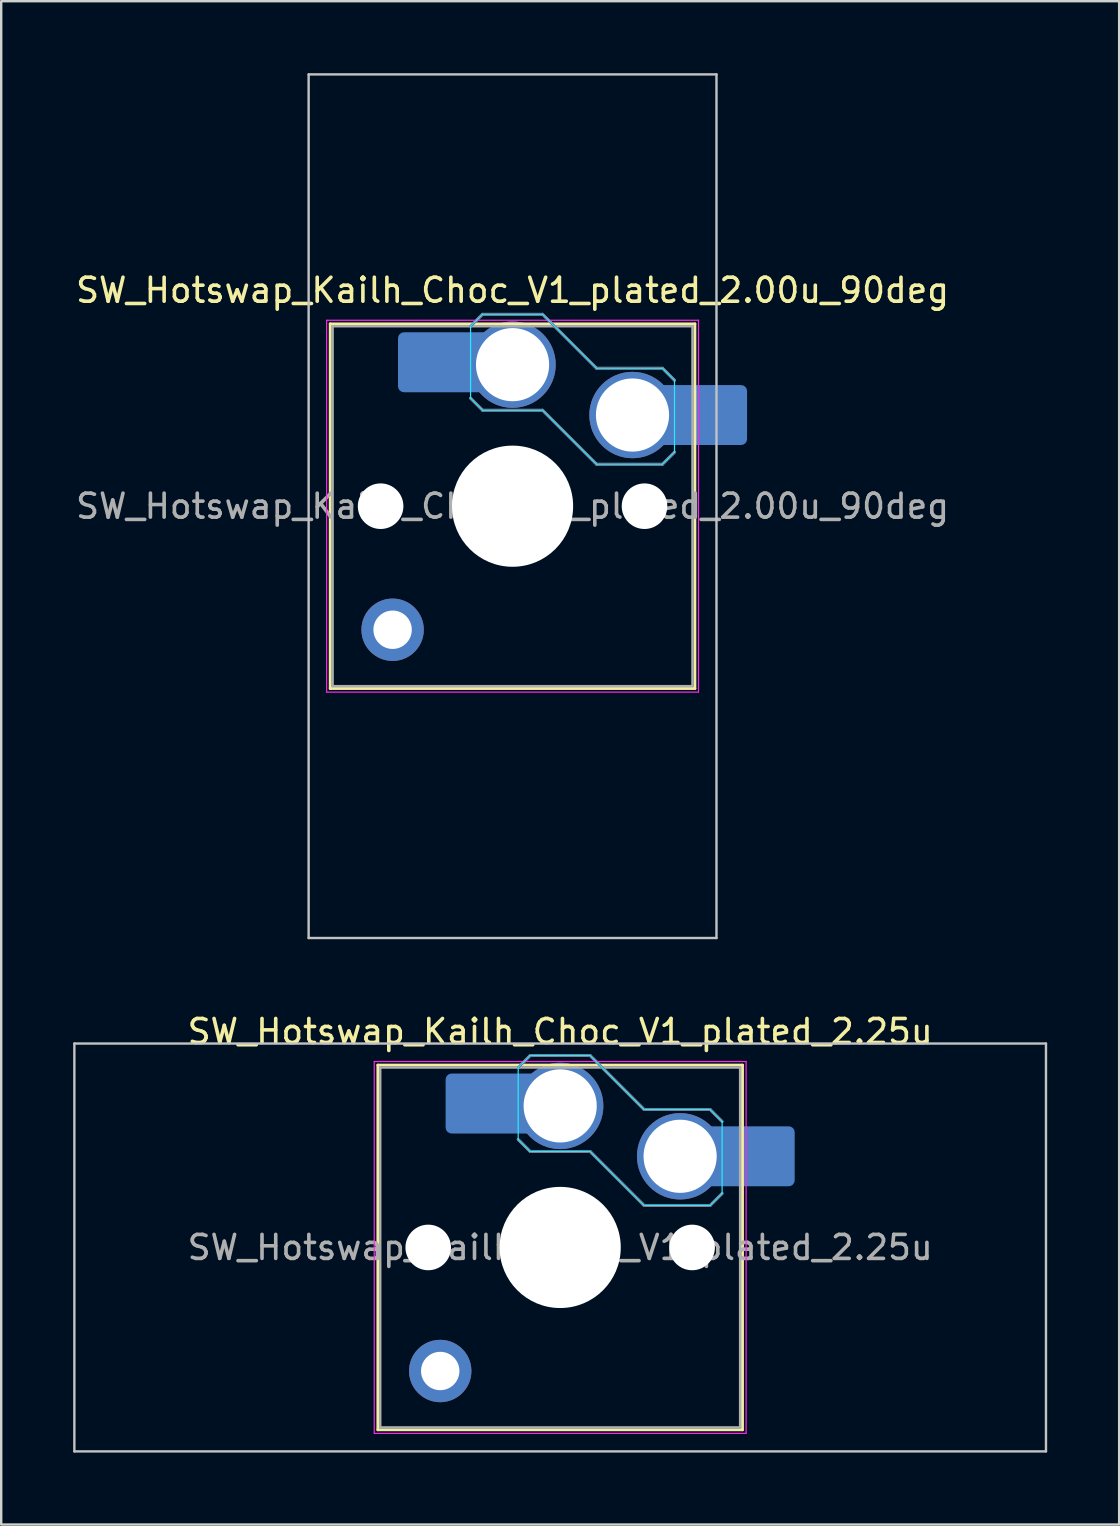
<source format=kicad_pcb>
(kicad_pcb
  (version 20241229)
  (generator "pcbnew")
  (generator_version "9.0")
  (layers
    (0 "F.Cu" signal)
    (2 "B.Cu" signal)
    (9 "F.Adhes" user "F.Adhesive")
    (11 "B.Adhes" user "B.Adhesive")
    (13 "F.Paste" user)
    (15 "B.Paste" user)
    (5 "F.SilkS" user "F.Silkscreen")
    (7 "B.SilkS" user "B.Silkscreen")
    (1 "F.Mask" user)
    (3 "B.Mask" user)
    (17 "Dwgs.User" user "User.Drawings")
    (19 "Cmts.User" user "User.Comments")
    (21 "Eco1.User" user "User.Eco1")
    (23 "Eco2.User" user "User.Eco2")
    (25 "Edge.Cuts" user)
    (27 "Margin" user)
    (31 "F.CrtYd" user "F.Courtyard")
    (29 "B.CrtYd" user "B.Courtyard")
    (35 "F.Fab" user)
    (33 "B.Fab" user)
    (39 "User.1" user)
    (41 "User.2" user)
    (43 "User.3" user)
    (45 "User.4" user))
  (footprint "SW_Hotswap_Kailh_Choc_V1_plated_2.00u_90deg"
    (layer "F.Cu")
    (at 18.315 18.05)
    (property "Reference" "SW_Hotswap_Kailh_Choc_V1_plated_2.00u_90deg" (at 0 -9 0) (layer "F.SilkS") (effects (font (size 1 1) (thickness 0.15))))
    (attr smd)
    (fp_line (start -7.6 -7.6) (end -7.6 7.6) (stroke (width 0.12) (type solid)) (layer "F.SilkS"))
    (fp_line (start -7.6 7.6) (end 7.6 7.6) (stroke (width 0.12) (type solid)) (layer "F.SilkS"))
    (fp_line (start 7.6 -7.6) (end -7.6 -7.6) (stroke (width 0.12) (type solid)) (layer "F.SilkS"))
    (fp_line (start 7.6 7.6) (end 7.6 -7.6) (stroke (width 0.12) (type solid)) (layer "F.SilkS"))
    (fp_line (start -1.75 -7.5) (end -1.25 -8) (stroke (width 0.12) (type solid)) (layer "B.SilkS"))
    (fp_line (start -1.25 -8) (end 1.25 -8) (stroke (width 0.12) (type solid)) (layer "B.SilkS"))
    (fp_line (start -1.25 -4) (end -1.75 -4.5) (stroke (width 0.12) (type solid)) (layer "B.SilkS"))
    (fp_line (start 1.25 -8) (end 3.5 -5.75) (stroke (width 0.12) (type solid)) (layer "B.SilkS"))
    (fp_line (start 1.25 -4) (end -1.25 -4) (stroke (width 0.12) (type solid)) (layer "B.SilkS"))
    (fp_line (start 3.5 -5.75) (end 6.25 -5.75) (stroke (width 0.12) (type solid)) (layer "B.SilkS"))
    (fp_line (start 3.5 -1.75) (end 1.25 -4) (stroke (width 0.12) (type solid)) (layer "B.SilkS"))
    (fp_line (start 6.25 -5.75) (end 6.75 -5.25) (stroke (width 0.12) (type solid)) (layer "B.SilkS"))
    (fp_line (start 6.25 -1.75) (end 3.5 -1.75) (stroke (width 0.12) (type solid)) (layer "B.SilkS"))
    (fp_line (start 6.75 -2.25) (end 6.25 -1.75) (stroke (width 0.12) (type solid)) (layer "B.SilkS"))
    (fp_line (start -8.5 -18) (end 8.5 -18) (stroke (width 0.1) (type solid)) (layer "Dwgs.User"))
    (fp_line (start -8.5 18) (end -8.5 -18) (stroke (width 0.1) (type solid)) (layer "Dwgs.User"))
    (fp_line (start 8.5 -18) (end 8.5 18) (stroke (width 0.1) (type solid)) (layer "Dwgs.User"))
    (fp_line (start 8.5 18) (end -8.5 18) (stroke (width 0.1) (type solid)) (layer "Dwgs.User"))
    (fp_line (start -7.25 -7.25) (end -7.25 7.25) (stroke (width 0.1) (type solid)) (layer "Eco1.User"))
    (fp_line (start -7.25 7.25) (end 7.25 7.25) (stroke (width 0.1) (type solid)) (layer "Eco1.User"))
    (fp_line (start 7.25 -7.25) (end -7.25 -7.25) (stroke (width 0.1) (type solid)) (layer "Eco1.User"))
    (fp_line (start 7.25 7.25) (end 7.25 -7.25) (stroke (width 0.1) (type solid)) (layer "Eco1.User"))
    (fp_line (start -1.75 -7.5) (end -1.25 -8) (stroke (width 0.05) (type solid)) (layer "B.CrtYd"))
    (fp_line (start -1.75 -4.5) (end -1.75 -7.5) (stroke (width 0.05) (type solid)) (layer "B.CrtYd"))
    (fp_line (start -1.25 -8) (end 1.25 -8) (stroke (width 0.05) (type solid)) (layer "B.CrtYd"))
    (fp_line (start -1.25 -4) (end -1.75 -4.5) (stroke (width 0.05) (type solid)) (layer "B.CrtYd"))
    (fp_line (start 1.25 -8) (end 3.5 -5.75) (stroke (width 0.05) (type solid)) (layer "B.CrtYd"))
    (fp_line (start 1.25 -4) (end -1.25 -4) (stroke (width 0.05) (type solid)) (layer "B.CrtYd"))
    (fp_line (start 3.5 -5.75) (end 6.25 -5.75) (stroke (width 0.05) (type solid)) (layer "B.CrtYd"))
    (fp_line (start 3.5 -1.75) (end 1.25 -4) (stroke (width 0.05) (type solid)) (layer "B.CrtYd"))
    (fp_line (start 6.25 -5.75) (end 6.75 -5.25) (stroke (width 0.05) (type solid)) (layer "B.CrtYd"))
    (fp_line (start 6.25 -1.75) (end 3.5 -1.75) (stroke (width 0.05) (type solid)) (layer "B.CrtYd"))
    (fp_line (start 6.75 -5.25) (end 6.75 -2.25) (stroke (width 0.05) (type solid)) (layer "B.CrtYd"))
    (fp_line (start 6.75 -2.25) (end 6.25 -1.75) (stroke (width 0.05) (type solid)) (layer "B.CrtYd"))
    (fp_line (start -7.75 -7.75) (end -7.75 7.75) (stroke (width 0.05) (type solid)) (layer "F.CrtYd"))
    (fp_line (start -7.75 7.75) (end 7.75 7.75) (stroke (width 0.05) (type solid)) (layer "F.CrtYd"))
    (fp_line (start 7.75 -7.75) (end -7.75 -7.75) (stroke (width 0.05) (type solid)) (layer "F.CrtYd"))
    (fp_line (start 7.75 7.75) (end 7.75 -7.75) (stroke (width 0.05) (type solid)) (layer "F.CrtYd"))
    (fp_line (start -1.75 -7.5) (end -1.25 -8) (stroke (width 0.1) (type solid)) (layer "B.Fab"))
    (fp_line (start -1.25 -8) (end 1.25 -8) (stroke (width 0.1) (type solid)) (layer "B.Fab"))
    (fp_line (start -1.25 -4) (end -1.75 -4.5) (stroke (width 0.1) (type solid)) (layer "B.Fab"))
    (fp_line (start 1.25 -8) (end 3.5 -5.75) (stroke (width 0.1) (type solid)) (layer "B.Fab"))
    (fp_line (start 1.25 -4) (end -1.25 -4) (stroke (width 0.1) (type solid)) (layer "B.Fab"))
    (fp_line (start 3.5 -5.75) (end 6.25 -5.75) (stroke (width 0.1) (type solid)) (layer "B.Fab"))
    (fp_line (start 3.5 -1.75) (end 1.25 -4) (stroke (width 0.1) (type solid)) (layer "B.Fab"))
    (fp_line (start 6.25 -5.75) (end 6.75 -5.25) (stroke (width 0.1) (type solid)) (layer "B.Fab"))
    (fp_line (start 6.25 -1.75) (end 3.5 -1.75) (stroke (width 0.1) (type solid)) (layer "B.Fab"))
    (fp_line (start 6.75 -2.25) (end 6.25 -1.75) (stroke (width 0.1) (type solid)) (layer "B.Fab"))
    (fp_line (start -7.5 -7.5) (end -7.5 7.5) (stroke (width 0.1) (type solid)) (layer "F.Fab"))
    (fp_line (start -7.5 7.5) (end 7.5 7.5) (stroke (width 0.1) (type solid)) (layer "F.Fab"))
    (fp_line (start 7.5 -7.5) (end -7.5 -7.5) (stroke (width 0.1) (type solid)) (layer "F.Fab"))
    (fp_line (start 7.5 7.5) (end 7.5 -7.5) (stroke (width 0.1) (type solid)) (layer "F.Fab"))
    (fp_text user "${REFERENCE}" (at 0 0 0) (layer "F.Fab") (effects (font (size 1 1) (thickness 0.15))))
    (pad "" np_thru_hole circle (at -5.5 0) (size 1.9 1.9) (drill 1.9) (layers "*.Cu" "*.Mask"))
    (pad "" thru_hole circle (at -5 5.15) (size 2.6 2.6) (drill 1.6) (layers "*.Cu" "B.Mask"))
    (pad "" smd roundrect (at -3.5 -6) (size 2.55 2.5) (layers "B.Mask" "B.Paste") (roundrect_rratio 0.1))
    (pad "" np_thru_hole circle (at 0 0) (size 5.05 5.05) (drill 5.05) (layers "*.Cu" "*.Mask"))
    (pad "" np_thru_hole circle (at 5.5 0) (size 1.9 1.9) (drill 1.9) (layers "*.Cu" "*.Mask"))
    (pad "" smd roundrect (at 8.5 -3.8) (size 2.55 2.5) (layers "B.Mask" "B.Paste") (roundrect_rratio 0.1))
    (pad "1" smd roundrect (at -2.85 -6) (size 3.85 2.5) (layers "B.Cu") (roundrect_rratio 0.1))
    (pad "1" thru_hole circle (at 0 -5.9) (size 3.6 3.6) (drill 3.05) (layers "*.Cu" "B.Mask"))
    (pad "2" thru_hole circle (at 5 -3.8) (size 3.6 3.6) (drill 3.05) (layers "*.Cu" "B.Mask"))
    (pad "2" smd roundrect (at 7.85 -3.8) (size 3.85 2.5) (layers "B.Cu") (roundrect_rratio 0.1)))
  (footprint "SW_Hotswap_Kailh_Choc_V1_plated_2.25u"
    (layer "F.Cu")
    (at 20.3 48.948)
    (property "Reference" "SW_Hotswap_Kailh_Choc_V1_plated_2.25u" (at 0 -9 0) (layer "F.SilkS") (effects (font (size 1 1) (thickness 0.15))))
    (attr smd)
    (fp_line (start -7.6 -7.6) (end -7.6 7.6) (stroke (width 0.12) (type solid)) (layer "F.SilkS"))
    (fp_line (start -7.6 7.6) (end 7.6 7.6) (stroke (width 0.12) (type solid)) (layer "F.SilkS"))
    (fp_line (start 7.6 -7.6) (end -7.6 -7.6) (stroke (width 0.12) (type solid)) (layer "F.SilkS"))
    (fp_line (start 7.6 7.6) (end 7.6 -7.6) (stroke (width 0.12) (type solid)) (layer "F.SilkS"))
    (fp_line (start -1.75 -7.5) (end -1.25 -8) (stroke (width 0.12) (type solid)) (layer "B.SilkS"))
    (fp_line (start -1.25 -8) (end 1.25 -8) (stroke (width 0.12) (type solid)) (layer "B.SilkS"))
    (fp_line (start -1.25 -4) (end -1.75 -4.5) (stroke (width 0.12) (type solid)) (layer "B.SilkS"))
    (fp_line (start 1.25 -8) (end 3.5 -5.75) (stroke (width 0.12) (type solid)) (layer "B.SilkS"))
    (fp_line (start 1.25 -4) (end -1.25 -4) (stroke (width 0.12) (type solid)) (layer "B.SilkS"))
    (fp_line (start 3.5 -5.75) (end 6.25 -5.75) (stroke (width 0.12) (type solid)) (layer "B.SilkS"))
    (fp_line (start 3.5 -1.75) (end 1.25 -4) (stroke (width 0.12) (type solid)) (layer "B.SilkS"))
    (fp_line (start 6.25 -5.75) (end 6.75 -5.25) (stroke (width 0.12) (type solid)) (layer "B.SilkS"))
    (fp_line (start 6.25 -1.75) (end 3.5 -1.75) (stroke (width 0.12) (type solid)) (layer "B.SilkS"))
    (fp_line (start 6.75 -2.25) (end 6.25 -1.75) (stroke (width 0.12) (type solid)) (layer "B.SilkS"))
    (fp_line (start -20.25 -8.5) (end -20.25 8.5) (stroke (width 0.1) (type solid)) (layer "Dwgs.User"))
    (fp_line (start -20.25 8.5) (end 20.25 8.5) (stroke (width 0.1) (type solid)) (layer "Dwgs.User"))
    (fp_line (start 20.25 -8.5) (end -20.25 -8.5) (stroke (width 0.1) (type solid)) (layer "Dwgs.User"))
    (fp_line (start 20.25 8.5) (end 20.25 -8.5) (stroke (width 0.1) (type solid)) (layer "Dwgs.User"))
    (fp_line (start -7.25 -7.25) (end -7.25 7.25) (stroke (width 0.1) (type solid)) (layer "Eco1.User"))
    (fp_line (start -7.25 7.25) (end 7.25 7.25) (stroke (width 0.1) (type solid)) (layer "Eco1.User"))
    (fp_line (start 7.25 -7.25) (end -7.25 -7.25) (stroke (width 0.1) (type solid)) (layer "Eco1.User"))
    (fp_line (start 7.25 7.25) (end 7.25 -7.25) (stroke (width 0.1) (type solid)) (layer "Eco1.User"))
    (fp_line (start -1.75 -7.5) (end -1.25 -8) (stroke (width 0.05) (type solid)) (layer "B.CrtYd"))
    (fp_line (start -1.75 -4.5) (end -1.75 -7.5) (stroke (width 0.05) (type solid)) (layer "B.CrtYd"))
    (fp_line (start -1.25 -8) (end 1.25 -8) (stroke (width 0.05) (type solid)) (layer "B.CrtYd"))
    (fp_line (start -1.25 -4) (end -1.75 -4.5) (stroke (width 0.05) (type solid)) (layer "B.CrtYd"))
    (fp_line (start 1.25 -8) (end 3.5 -5.75) (stroke (width 0.05) (type solid)) (layer "B.CrtYd"))
    (fp_line (start 1.25 -4) (end -1.25 -4) (stroke (width 0.05) (type solid)) (layer "B.CrtYd"))
    (fp_line (start 3.5 -5.75) (end 6.25 -5.75) (stroke (width 0.05) (type solid)) (layer "B.CrtYd"))
    (fp_line (start 3.5 -1.75) (end 1.25 -4) (stroke (width 0.05) (type solid)) (layer "B.CrtYd"))
    (fp_line (start 6.25 -5.75) (end 6.75 -5.25) (stroke (width 0.05) (type solid)) (layer "B.CrtYd"))
    (fp_line (start 6.25 -1.75) (end 3.5 -1.75) (stroke (width 0.05) (type solid)) (layer "B.CrtYd"))
    (fp_line (start 6.75 -5.25) (end 6.75 -2.25) (stroke (width 0.05) (type solid)) (layer "B.CrtYd"))
    (fp_line (start 6.75 -2.25) (end 6.25 -1.75) (stroke (width 0.05) (type solid)) (layer "B.CrtYd"))
    (fp_line (start -7.75 -7.75) (end -7.75 7.75) (stroke (width 0.05) (type solid)) (layer "F.CrtYd"))
    (fp_line (start -7.75 7.75) (end 7.75 7.75) (stroke (width 0.05) (type solid)) (layer "F.CrtYd"))
    (fp_line (start 7.75 -7.75) (end -7.75 -7.75) (stroke (width 0.05) (type solid)) (layer "F.CrtYd"))
    (fp_line (start 7.75 7.75) (end 7.75 -7.75) (stroke (width 0.05) (type solid)) (layer "F.CrtYd"))
    (fp_line (start -1.75 -7.5) (end -1.25 -8) (stroke (width 0.1) (type solid)) (layer "B.Fab"))
    (fp_line (start -1.25 -8) (end 1.25 -8) (stroke (width 0.1) (type solid)) (layer "B.Fab"))
    (fp_line (start -1.25 -4) (end -1.75 -4.5) (stroke (width 0.1) (type solid)) (layer "B.Fab"))
    (fp_line (start 1.25 -8) (end 3.5 -5.75) (stroke (width 0.1) (type solid)) (layer "B.Fab"))
    (fp_line (start 1.25 -4) (end -1.25 -4) (stroke (width 0.1) (type solid)) (layer "B.Fab"))
    (fp_line (start 3.5 -5.75) (end 6.25 -5.75) (stroke (width 0.1) (type solid)) (layer "B.Fab"))
    (fp_line (start 3.5 -1.75) (end 1.25 -4) (stroke (width 0.1) (type solid)) (layer "B.Fab"))
    (fp_line (start 6.25 -5.75) (end 6.75 -5.25) (stroke (width 0.1) (type solid)) (layer "B.Fab"))
    (fp_line (start 6.25 -1.75) (end 3.5 -1.75) (stroke (width 0.1) (type solid)) (layer "B.Fab"))
    (fp_line (start 6.75 -2.25) (end 6.25 -1.75) (stroke (width 0.1) (type solid)) (layer "B.Fab"))
    (fp_line (start -7.5 -7.5) (end -7.5 7.5) (stroke (width 0.1) (type solid)) (layer "F.Fab"))
    (fp_line (start -7.5 7.5) (end 7.5 7.5) (stroke (width 0.1) (type solid)) (layer "F.Fab"))
    (fp_line (start 7.5 -7.5) (end -7.5 -7.5) (stroke (width 0.1) (type solid)) (layer "F.Fab"))
    (fp_line (start 7.5 7.5) (end 7.5 -7.5) (stroke (width 0.1) (type solid)) (layer "F.Fab"))
    (fp_text user "${REFERENCE}" (at 0 0 0) (layer "F.Fab") (effects (font (size 1 1) (thickness 0.15))))
    (pad "" np_thru_hole circle (at -5.5 0) (size 1.9 1.9) (drill 1.9) (layers "*.Cu" "*.Mask"))
    (pad "" thru_hole circle (at -5 5.15) (size 2.6 2.6) (drill 1.6) (layers "*.Cu" "B.Mask"))
    (pad "" smd roundrect (at -3.5 -6) (size 2.55 2.5) (layers "B.Mask" "B.Paste") (roundrect_rratio 0.1))
    (pad "" np_thru_hole circle (at 0 0) (size 5.05 5.05) (drill 5.05) (layers "*.Cu" "*.Mask"))
    (pad "" np_thru_hole circle (at 5.5 0) (size 1.9 1.9) (drill 1.9) (layers "*.Cu" "*.Mask"))
    (pad "" smd roundrect (at 8.5 -3.8) (size 2.55 2.5) (layers "B.Mask" "B.Paste") (roundrect_rratio 0.1))
    (pad "1" smd roundrect (at -2.85 -6) (size 3.85 2.5) (layers "B.Cu") (roundrect_rratio 0.1))
    (pad "1" thru_hole circle (at 0 -5.9) (size 3.6 3.6) (drill 3.05) (layers "*.Cu" "B.Mask"))
    (pad "2" thru_hole circle (at 5 -3.8) (size 3.6 3.6) (drill 3.05) (layers "*.Cu" "B.Mask"))
    (pad "2" smd roundrect (at 7.85 -3.8) (size 3.85 2.5) (layers "B.Cu") (roundrect_rratio 0.1)))
  (gr_rect
    (start -3 -3)
    (end 43.6 60.498)
    (stroke (width 0.1) (type default))
    (fill no)
    (layer "Edge.Cuts")))
</source>
